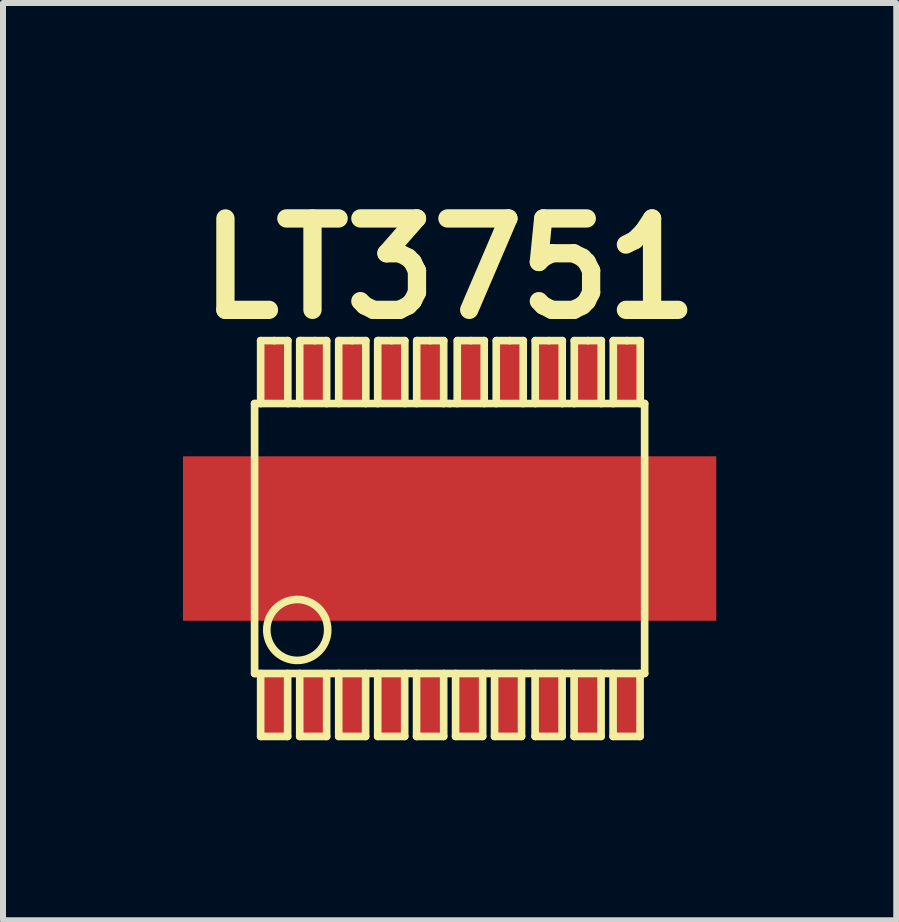
<source format=kicad_pcb>
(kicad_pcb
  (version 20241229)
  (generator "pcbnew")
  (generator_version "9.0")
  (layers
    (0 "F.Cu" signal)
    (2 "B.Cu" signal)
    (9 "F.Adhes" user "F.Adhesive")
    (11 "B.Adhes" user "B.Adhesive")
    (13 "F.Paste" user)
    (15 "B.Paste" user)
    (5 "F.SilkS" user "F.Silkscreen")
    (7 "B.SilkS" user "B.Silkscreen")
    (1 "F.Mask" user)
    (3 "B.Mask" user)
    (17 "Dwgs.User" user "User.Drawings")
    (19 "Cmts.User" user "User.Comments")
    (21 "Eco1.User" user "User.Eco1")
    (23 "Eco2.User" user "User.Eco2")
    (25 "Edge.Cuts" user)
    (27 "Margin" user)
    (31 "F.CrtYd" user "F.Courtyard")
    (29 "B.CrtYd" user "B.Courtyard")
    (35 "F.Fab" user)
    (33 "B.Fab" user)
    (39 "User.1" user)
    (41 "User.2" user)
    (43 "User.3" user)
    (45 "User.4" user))
  (footprint "LT3751"
    (layer "F.Cu")
    (at 4.445 5.927)
    (property "Reference" "LT3751" (at 0 -4.501 0) (layer "F.SilkS") (effects (font (size 1.524 1.524) (thickness 0.305))))
    (attr through_hole)
    (fp_line (start -3.251 -2.25) (end -3.251 2.25) (stroke (width 0.127) (type solid)) (layer "F.SilkS"))
    (fp_line (start -3.251 2.25) (end 3.251 2.25) (stroke (width 0.127) (type solid)) (layer "F.SilkS"))
    (fp_line (start -3.15 -3.299) (end -2.924 -3.299) (stroke (width 0.127) (type solid)) (layer "F.SilkS"))
    (fp_line (start -3.15 -2.25) (end -3.15 -3.299) (stroke (width 0.127) (type solid)) (layer "F.SilkS"))
    (fp_line (start -3.15 3.299) (end -3.15 2.25) (stroke (width 0.127) (type solid)) (layer "F.SilkS"))
    (fp_line (start -2.924 -3.299) (end -2.697 -3.299) (stroke (width 0.127) (type solid)) (layer "F.SilkS"))
    (fp_line (start -2.7 3.299) (end -3.15 3.299) (stroke (width 0.127) (type solid)) (layer "F.SilkS"))
    (fp_line (start -2.7 3.299) (end -2.7 2.25) (stroke (width 0.127) (type solid)) (layer "F.SilkS"))
    (fp_line (start -2.697 -3.299) (end -2.697 -2.25) (stroke (width 0.127) (type solid)) (layer "F.SilkS"))
    (fp_line (start -2.499 -3.299) (end -2.499 -2.25) (stroke (width 0.127) (type solid)) (layer "F.SilkS"))
    (fp_line (start -2.499 -3.299) (end -2.474 -3.299) (stroke (width 0.127) (type solid)) (layer "F.SilkS"))
    (fp_line (start -2.499 3.299) (end -2.499 2.25) (stroke (width 0.127) (type solid)) (layer "F.SilkS"))
    (fp_line (start -2.499 3.299) (end -2.05 3.299) (stroke (width 0.127) (type solid)) (layer "F.SilkS"))
    (fp_line (start -2.248 -3.299) (end -2.474 -3.299) (stroke (width 0.127) (type solid)) (layer "F.SilkS"))
    (fp_line (start -2.05 -3.299) (end -2.25 -3.299) (stroke (width 0.127) (type solid)) (layer "F.SilkS"))
    (fp_line (start -2.05 -3.299) (end -2.05 -2.25) (stroke (width 0.127) (type solid)) (layer "F.SilkS"))
    (fp_line (start -2.05 3.299) (end -2.05 2.25) (stroke (width 0.127) (type solid)) (layer "F.SilkS"))
    (fp_line (start -1.849 -3.299) (end -1.849 -2.25) (stroke (width 0.127) (type solid)) (layer "F.SilkS"))
    (fp_line (start -1.849 3.299) (end -1.849 2.25) (stroke (width 0.127) (type solid)) (layer "F.SilkS"))
    (fp_line (start -1.849 3.299) (end -1.4 3.299) (stroke (width 0.127) (type solid)) (layer "F.SilkS"))
    (fp_line (start -1.621 -3.299) (end -1.847 -3.299) (stroke (width 0.127) (type solid)) (layer "F.SilkS"))
    (fp_line (start -1.621 -3.299) (end -1.397 -3.299) (stroke (width 0.127) (type solid)) (layer "F.SilkS"))
    (fp_line (start -1.4 3.299) (end -1.4 2.25) (stroke (width 0.127) (type solid)) (layer "F.SilkS"))
    (fp_line (start -1.397 -2.25) (end -1.397 -3.299) (stroke (width 0.127) (type solid)) (layer "F.SilkS"))
    (fp_line (start -1.199 -3.299) (end -1.199 -2.25) (stroke (width 0.127) (type solid)) (layer "F.SilkS"))
    (fp_line (start -1.199 3.299) (end -1.199 2.25) (stroke (width 0.127) (type solid)) (layer "F.SilkS"))
    (fp_line (start -1.199 3.299) (end -0.749 3.299) (stroke (width 0.127) (type solid)) (layer "F.SilkS"))
    (fp_line (start -1.171 -3.299) (end -1.196 -3.299) (stroke (width 0.127) (type solid)) (layer "F.SilkS"))
    (fp_line (start -0.97 -3.299) (end -1.171 -3.299) (stroke (width 0.127) (type solid)) (layer "F.SilkS"))
    (fp_line (start -0.97 -3.299) (end -0.747 -3.299) (stroke (width 0.127) (type solid)) (layer "F.SilkS"))
    (fp_line (start -0.749 3.299) (end -0.749 2.25) (stroke (width 0.127) (type solid)) (layer "F.SilkS"))
    (fp_line (start -0.747 -3.299) (end -0.747 -2.25) (stroke (width 0.127) (type solid)) (layer "F.SilkS"))
    (fp_line (start -0.551 3.299) (end -0.551 2.25) (stroke (width 0.127) (type solid)) (layer "F.SilkS"))
    (fp_line (start -0.551 3.299) (end -0.099 3.299) (stroke (width 0.127) (type solid)) (layer "F.SilkS"))
    (fp_line (start -0.549 -3.299) (end -0.549 -2.25) (stroke (width 0.127) (type solid)) (layer "F.SilkS"))
    (fp_line (start -0.323 -3.299) (end -0.546 -3.299) (stroke (width 0.127) (type solid)) (layer "F.SilkS"))
    (fp_line (start -0.323 -3.299) (end -0.097 -3.299) (stroke (width 0.127) (type solid)) (layer "F.SilkS"))
    (fp_line (start -0.099 -3.299) (end -0.099 -2.25) (stroke (width 0.127) (type solid)) (layer "F.SilkS"))
    (fp_line (start -0.099 3.299) (end -0.099 2.25) (stroke (width 0.127) (type solid)) (layer "F.SilkS"))
    (fp_line (start 0 -2.25) (end -3.251 -2.25) (stroke (width 0.127) (type solid)) (layer "F.SilkS"))
    (fp_line (start 0.099 3.299) (end 0.099 2.25) (stroke (width 0.127) (type solid)) (layer "F.SilkS"))
    (fp_line (start 0.099 3.299) (end 0.551 3.299) (stroke (width 0.127) (type solid)) (layer "F.SilkS"))
    (fp_line (start 0.127 -3.299) (end 0.127 -2.25) (stroke (width 0.127) (type solid)) (layer "F.SilkS"))
    (fp_line (start 0.353 -3.299) (end 0.13 -3.299) (stroke (width 0.127) (type solid)) (layer "F.SilkS"))
    (fp_line (start 0.353 -3.299) (end 0.579 -3.299) (stroke (width 0.127) (type solid)) (layer "F.SilkS"))
    (fp_line (start 0.551 3.299) (end 0.551 2.25) (stroke (width 0.127) (type solid)) (layer "F.SilkS"))
    (fp_line (start 0.577 -3.299) (end 0.577 -2.25) (stroke (width 0.127) (type solid)) (layer "F.SilkS"))
    (fp_line (start 0.749 3.299) (end 0.749 2.25) (stroke (width 0.127) (type solid)) (layer "F.SilkS"))
    (fp_line (start 0.749 3.299) (end 1.199 3.299) (stroke (width 0.127) (type solid)) (layer "F.SilkS"))
    (fp_line (start 0.777 -3.299) (end 0.777 -2.25) (stroke (width 0.127) (type solid)) (layer "F.SilkS"))
    (fp_line (start 1.003 -3.299) (end 0.78 -3.299) (stroke (width 0.127) (type solid)) (layer "F.SilkS"))
    (fp_line (start 1.199 3.299) (end 1.199 2.25) (stroke (width 0.127) (type solid)) (layer "F.SilkS"))
    (fp_line (start 1.227 -3.299) (end 1.227 -2.25) (stroke (width 0.127) (type solid)) (layer "F.SilkS"))
    (fp_line (start 1.229 -3.299) (end 1.003 -3.299) (stroke (width 0.127) (type solid)) (layer "F.SilkS"))
    (fp_line (start 1.425 3.299) (end 1.425 2.25) (stroke (width 0.127) (type solid)) (layer "F.SilkS"))
    (fp_line (start 1.425 3.299) (end 1.875 3.299) (stroke (width 0.127) (type solid)) (layer "F.SilkS"))
    (fp_line (start 1.427 -3.299) (end 1.427 -2.25) (stroke (width 0.127) (type solid)) (layer "F.SilkS"))
    (fp_line (start 1.654 -3.299) (end 1.427 -3.299) (stroke (width 0.127) (type solid)) (layer "F.SilkS"))
    (fp_line (start 1.654 -3.299) (end 1.88 -3.299) (stroke (width 0.127) (type solid)) (layer "F.SilkS"))
    (fp_line (start 1.875 3.299) (end 1.875 2.25) (stroke (width 0.127) (type solid)) (layer "F.SilkS"))
    (fp_line (start 1.877 -3.299) (end 1.877 -2.25) (stroke (width 0.127) (type solid)) (layer "F.SilkS"))
    (fp_line (start 2.075 3.299) (end 2.075 2.25) (stroke (width 0.127) (type solid)) (layer "F.SilkS"))
    (fp_line (start 2.075 3.299) (end 2.525 3.299) (stroke (width 0.127) (type solid)) (layer "F.SilkS"))
    (fp_line (start 2.078 -3.299) (end 2.078 -2.25) (stroke (width 0.127) (type solid)) (layer "F.SilkS"))
    (fp_line (start 2.304 -3.299) (end 2.078 -3.299) (stroke (width 0.127) (type solid)) (layer "F.SilkS"))
    (fp_line (start 2.304 -3.299) (end 2.53 -3.299) (stroke (width 0.127) (type solid)) (layer "F.SilkS"))
    (fp_line (start 2.525 3.299) (end 2.525 2.25) (stroke (width 0.127) (type solid)) (layer "F.SilkS"))
    (fp_line (start 2.527 -3.299) (end 2.527 -2.25) (stroke (width 0.127) (type solid)) (layer "F.SilkS"))
    (fp_line (start 2.725 3.299) (end 2.725 2.25) (stroke (width 0.127) (type solid)) (layer "F.SilkS"))
    (fp_line (start 2.725 3.299) (end 3.175 3.299) (stroke (width 0.127) (type solid)) (layer "F.SilkS"))
    (fp_line (start 2.728 -3.299) (end 2.728 -2.25) (stroke (width 0.127) (type solid)) (layer "F.SilkS"))
    (fp_line (start 2.954 -3.299) (end 2.728 -3.299) (stroke (width 0.127) (type solid)) (layer "F.SilkS"))
    (fp_line (start 2.954 -3.299) (end 3.178 -3.299) (stroke (width 0.127) (type solid)) (layer "F.SilkS"))
    (fp_line (start 3.175 3.299) (end 3.175 2.25) (stroke (width 0.127) (type solid)) (layer "F.SilkS"))
    (fp_line (start 3.178 -3.299) (end 3.178 -2.25) (stroke (width 0.127) (type solid)) (layer "F.SilkS"))
    (fp_line (start 3.251 -2.25) (end 0 -2.25) (stroke (width 0.127) (type solid)) (layer "F.SilkS"))
    (fp_line (start 3.251 2.25) (end 3.251 -2.25) (stroke (width 0.127) (type solid)) (layer "F.SilkS"))
    (fp_circle (center -2.54 1.524) (end -2.032 1.524) (stroke (width 0.127) (type solid)) (fill no) (layer "F.SilkS"))
    (pad "1" smd rect (at -2.926 2.776) (size 0.45 1.049) (layers "F.Cu" "F.Mask" "F.Paste"))
    (pad "2" smd rect (at -2.276 2.776) (size 0.45 1.049) (layers "F.Cu" "F.Mask" "F.Paste"))
    (pad "3" smd rect (at -1.626 2.776) (size 0.45 1.049) (layers "F.Cu" "F.Mask" "F.Paste"))
    (pad "4" smd rect (at -0.975 2.776) (size 0.45 1.049) (layers "F.Cu" "F.Mask" "F.Paste"))
    (pad "5" smd rect (at -0.325 2.776) (size 0.45 1.049) (layers "F.Cu" "F.Mask" "F.Paste"))
    (pad "6" smd rect (at 0.325 2.776) (size 0.45 1.049) (layers "F.Cu" "F.Mask" "F.Paste"))
    (pad "7" smd rect (at 0.975 2.776) (size 0.45 1.049) (layers "F.Cu" "F.Mask" "F.Paste"))
    (pad "8" smd rect (at 1.651 2.776) (size 0.45 1.049) (layers "F.Cu" "F.Mask" "F.Paste"))
    (pad "9" smd rect (at 2.301 2.776) (size 0.45 1.049) (layers "F.Cu" "F.Mask" "F.Paste"))
    (pad "10" smd rect (at 2.949 2.776) (size 0.45 1.049) (layers "F.Cu" "F.Mask" "F.Paste"))
    (pad "11" smd rect (at 2.949 -2.776) (size 0.45 1.049) (layers "F.Cu" "F.Mask" "F.Paste"))
    (pad "12" smd rect (at 2.301 -2.776) (size 0.45 1.049) (layers "F.Cu" "F.Mask" "F.Paste"))
    (pad "13" smd rect (at 1.651 -2.776) (size 0.45 1.049) (layers "F.Cu" "F.Mask" "F.Paste"))
    (pad "14" smd rect (at 1.001 -2.776) (size 0.45 1.049) (layers "F.Cu" "F.Mask" "F.Paste"))
    (pad "15" smd rect (at 0.351 -2.776) (size 0.45 1.049) (layers "F.Cu" "F.Mask" "F.Paste"))
    (pad "16" smd rect (at -0.325 -2.776) (size 0.45 1.049) (layers "F.Cu" "F.Mask" "F.Paste"))
    (pad "17" smd rect (at -0.975 -2.776) (size 0.45 1.049) (layers "F.Cu" "F.Mask" "F.Paste"))
    (pad "18" smd rect (at -1.626 -2.776) (size 0.45 1.049) (layers "F.Cu" "F.Mask" "F.Paste"))
    (pad "19" smd rect (at -2.276 -2.776) (size 0.45 1.049) (layers "F.Cu" "F.Mask" "F.Paste"))
    (pad "20" smd rect (at -2.926 -2.776) (size 0.45 1.049) (layers "F.Cu" "F.Mask" "F.Paste"))
    (pad "21" smd rect (at 0 0) (size 8.89 2.741) (layers "F.Cu" "F.Mask" "F.Paste")))
  (gr_rect
    (start -3 -3)
    (end 11.89 12.29)
    (stroke (width 0.1) (type default))
    (fill no)
    (layer "Edge.Cuts")))
</source>
